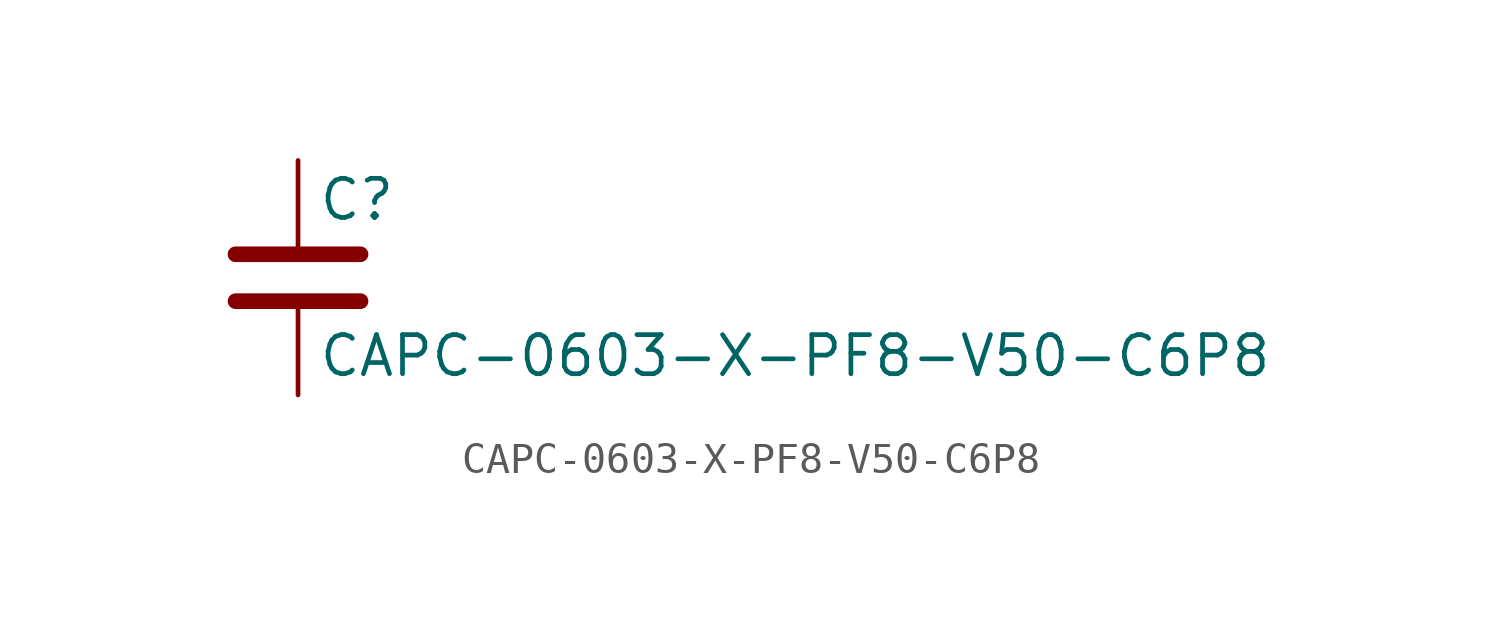
<source format=kicad_sym>
(kicad_symbol_lib
  (version 20211014)
  (generator kicad_symbol_editor)
  (symbol "CAPC-0603-X-PF8-V50-C6P8"
    (pin_numbers hide)
    (pin_names
      (offset 0.254))
    (property "Reference" "C"
      (at 0.635 2.54 0)
      (effects (font (size 1.27 1.27)) (justify left)))
    (property "Value" "CAPC-0603-X-PF8-V50-C6P8"
      (at 0.635 -2.54 0)
      (effects (font (size 1.27 1.27)) (justify left)))
    (symbol "CAPC-0603-X-PF8-V50-C6P8_0_1"
      (polyline (pts (xy -2.032 -0.762) (xy 2.032 -0.762)) (stroke (width 0.508) (type default) (color 0 0 0 0)) (fill (type none)))
      (polyline (pts (xy -2.032 0.762) (xy 2.032 0.762)) (stroke (width 0.508) (type default) (color 0 0 0 0)) (fill (type none))))
    (symbol "CAPC-0603-X-PF8-V50-C6P8_1_1"
      (pin passive line (at 0 3.81 270) (length 2.794) (name "~" (effects (font (size 1.27 1.27)))) (number "1" (effects (font (size 1.27 1.27)))))
      (pin passive line (at 0 -3.81 90) (length 2.794) (name "~" (effects (font (size 1.27 1.27)))) (number "2" (effects (font (size 1.27 1.27))))))))
</source>
